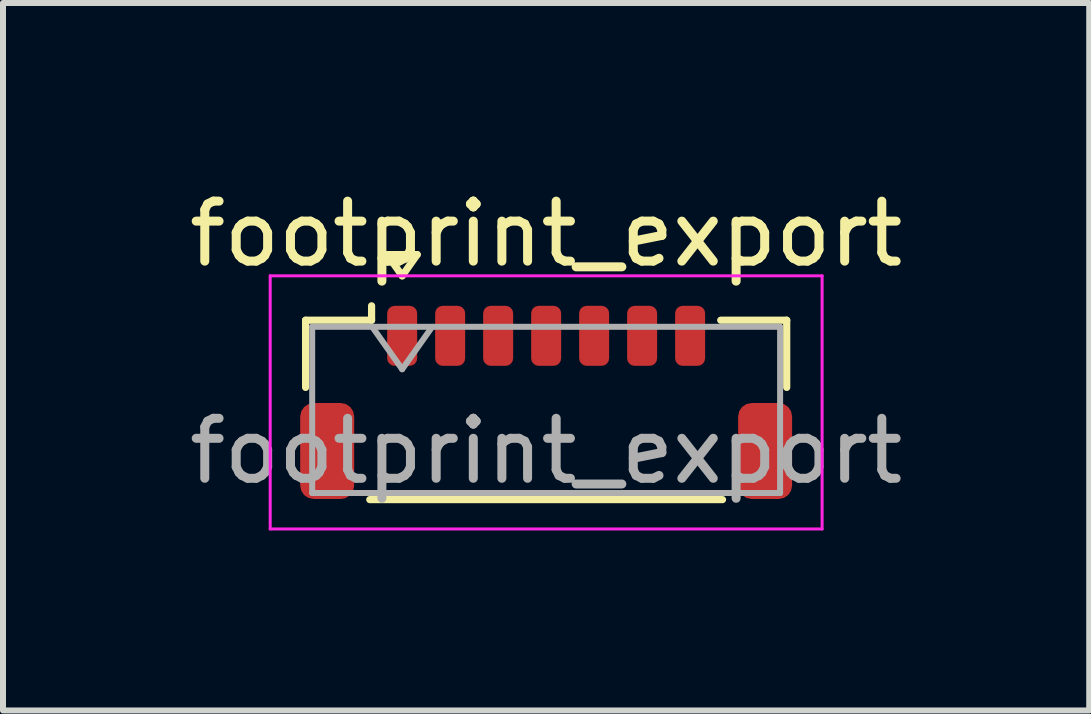
<source format=kicad_pcb>
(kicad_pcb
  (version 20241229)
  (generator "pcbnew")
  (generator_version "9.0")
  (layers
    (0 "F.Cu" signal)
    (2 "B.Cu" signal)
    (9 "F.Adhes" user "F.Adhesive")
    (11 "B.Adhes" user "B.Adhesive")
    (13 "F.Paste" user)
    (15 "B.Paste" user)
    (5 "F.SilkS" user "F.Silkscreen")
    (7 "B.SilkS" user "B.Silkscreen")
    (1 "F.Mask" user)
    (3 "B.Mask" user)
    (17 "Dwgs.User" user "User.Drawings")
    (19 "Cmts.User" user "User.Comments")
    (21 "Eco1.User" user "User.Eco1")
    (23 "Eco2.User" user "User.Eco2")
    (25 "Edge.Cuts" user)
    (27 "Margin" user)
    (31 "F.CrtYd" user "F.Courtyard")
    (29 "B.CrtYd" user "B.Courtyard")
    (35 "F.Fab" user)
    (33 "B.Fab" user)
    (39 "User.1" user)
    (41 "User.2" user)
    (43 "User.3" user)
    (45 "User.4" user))
  (footprint "footprint_export"
    (layer "F.Cu")
    (at 6.054 3.658)
    (property "Reference" "footprint_export" (at 0 -2.81 0) (layer "F.SilkS") (effects (font (size 1 1) (thickness 0.15))))
    (attr smd)
    (fp_line (start -4.01 -1.37) (end -2.91 -1.37) (stroke (width 0.12) (type solid)) (layer "F.SilkS"))
    (fp_line (start -4.01 -0.25) (end -4.01 -1.37) (stroke (width 0.12) (type solid)) (layer "F.SilkS"))
    (fp_line (start -2.94 1.62) (end 2.94 1.62) (stroke (width 0.12) (type solid)) (layer "F.SilkS"))
    (fp_line (start -2.91 -1.37) (end -2.91 -1.61) (stroke (width 0.12) (type solid)) (layer "F.SilkS"))
    (fp_line (start -2.65 -2.464) (end -2.4 -2.11) (stroke (width 0.12) (type solid)) (layer "F.SilkS"))
    (fp_line (start -2.4 -2.11) (end -2.15 -2.464) (stroke (width 0.12) (type solid)) (layer "F.SilkS"))
    (fp_line (start -2.15 -2.464) (end -2.65 -2.464) (stroke (width 0.12) (type solid)) (layer "F.SilkS"))
    (fp_line (start 4.01 -1.37) (end 2.91 -1.37) (stroke (width 0.12) (type solid)) (layer "F.SilkS"))
    (fp_line (start 4.01 -0.25) (end 4.01 -1.37) (stroke (width 0.12) (type solid)) (layer "F.SilkS"))
    (fp_line (start -4.6 -2.11) (end -4.6 2.11) (stroke (width 0.05) (type solid)) (layer "F.CrtYd"))
    (fp_line (start -4.6 2.11) (end 4.6 2.11) (stroke (width 0.05) (type solid)) (layer "F.CrtYd"))
    (fp_line (start 4.6 -2.11) (end -4.6 -2.11) (stroke (width 0.05) (type solid)) (layer "F.CrtYd"))
    (fp_line (start 4.6 2.11) (end 4.6 -2.11) (stroke (width 0.05) (type solid)) (layer "F.CrtYd"))
    (fp_line (start -3.9 -1.26) (end -3.9 1.51) (stroke (width 0.1) (type solid)) (layer "F.Fab"))
    (fp_line (start -3.9 -1.26) (end 3.9 -1.26) (stroke (width 0.1) (type solid)) (layer "F.Fab"))
    (fp_line (start -3.9 1.51) (end 3.9 1.51) (stroke (width 0.1) (type solid)) (layer "F.Fab"))
    (fp_line (start -2.9 -1.26) (end -2.4 -0.553) (stroke (width 0.1) (type solid)) (layer "F.Fab"))
    (fp_line (start -2.4 -0.553) (end -1.9 -1.26) (stroke (width 0.1) (type solid)) (layer "F.Fab"))
    (fp_line (start 3.9 -1.26) (end 3.9 1.51) (stroke (width 0.1) (type solid)) (layer "F.Fab"))
    (fp_text user "${REFERENCE}" (at 0 0.81 0) (layer "F.Fab") (effects (font (size 1 1) (thickness 0.15))))
    (pad "1" smd roundrect (at -2.4 -1.11) (size 0.5 1) (layers "F.Cu" "F.Mask" "F.Paste") (roundrect_rratio 0.25))
    (pad "2" smd roundrect (at -1.6 -1.11) (size 0.5 1) (layers "F.Cu" "F.Mask" "F.Paste") (roundrect_rratio 0.25))
    (pad "3" smd roundrect (at -0.8 -1.11) (size 0.5 1) (layers "F.Cu" "F.Mask" "F.Paste") (roundrect_rratio 0.25))
    (pad "4" smd roundrect (at 0 -1.11) (size 0.5 1) (layers "F.Cu" "F.Mask" "F.Paste") (roundrect_rratio 0.25))
    (pad "5" smd roundrect (at 0.8 -1.11) (size 0.5 1) (layers "F.Cu" "F.Mask" "F.Paste") (roundrect_rratio 0.25))
    (pad "6" smd roundrect (at 1.6 -1.11) (size 0.5 1) (layers "F.Cu" "F.Mask" "F.Paste") (roundrect_rratio 0.25))
    (pad "7" smd roundrect (at 2.4 -1.11) (size 0.5 1) (layers "F.Cu" "F.Mask" "F.Paste") (roundrect_rratio 0.25))
    (pad "MP" smd roundrect (at -3.65 0.81) (size 0.9 1.6) (layers "F.Cu" "F.Mask" "F.Paste") (roundrect_rratio 0.25))
    (pad "MP" smd roundrect (at 3.65 0.81) (size 0.9 1.6) (layers "F.Cu" "F.Mask" "F.Paste") (roundrect_rratio 0.25)))
  (gr_rect
    (start -3 -3)
    (end 15.107 8.793)
    (stroke (width 0.1) (type default))
    (fill no)
    (layer "Edge.Cuts")))
</source>
